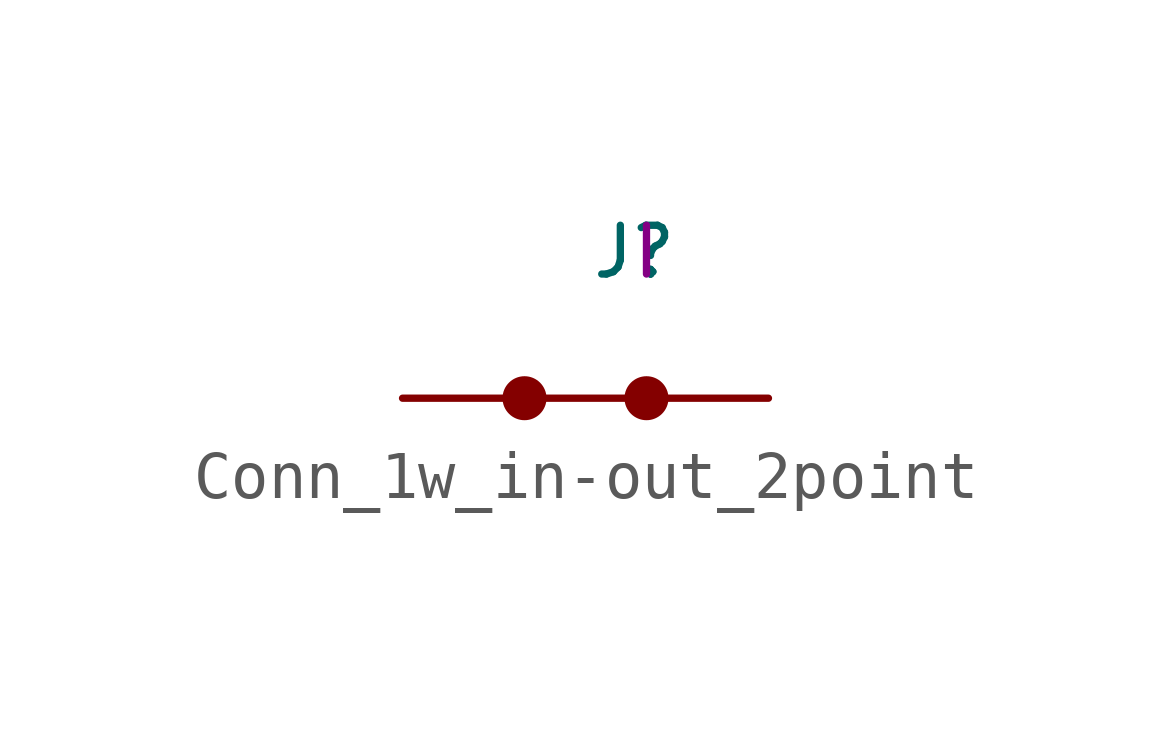
<source format=kicad_sym>
(kicad_symbol_lib
  (version 20231120)
  (generator "kicad_symbol_editor")
  (generator_version "8.0")
  (symbol "Conn_1w_in-out_2point"
    (pin_numbers hide)
    (pin_names
      (offset 1.016) hide)
    (property "Reference" "J"
      (at -0.254 3.048 0)
      (effects (font (size 1.016 1.016))))
    (property "IN-OUT-N" "I"
      (at 0 3.048 0)
      (effects (font (size 1.016 1.016))))
    (symbol "Conn_1w_in-out_2point_0_1"
      (polyline (pts (xy 0 0) (xy -2.54 0)) (stroke (width 0) (type default)) (fill (type none))))
    (symbol "Conn_1w_in-out_2point_1_1"
      (circle (center -2.54 0) (radius 0.382) (stroke (width 0) (type default)) (fill (type outline)))
      (circle (center 0 0) (radius 0.382) (stroke (width 0) (type default)) (fill (type outline)))
      (pin bidirectional line (at -5.08 0 0) (length 2.54) (name "~" (effects (font (size 1.016 1.016)))) (number "1" (effects (font (size 1.016 1.016)))))
      (pin bidirectional line (at 2.54 0 180) (length 2.54) (name "~" (effects (font (size 1.016 1.016)))) (number "1" (effects (font (size 1.016 1.016))))))))
</source>
